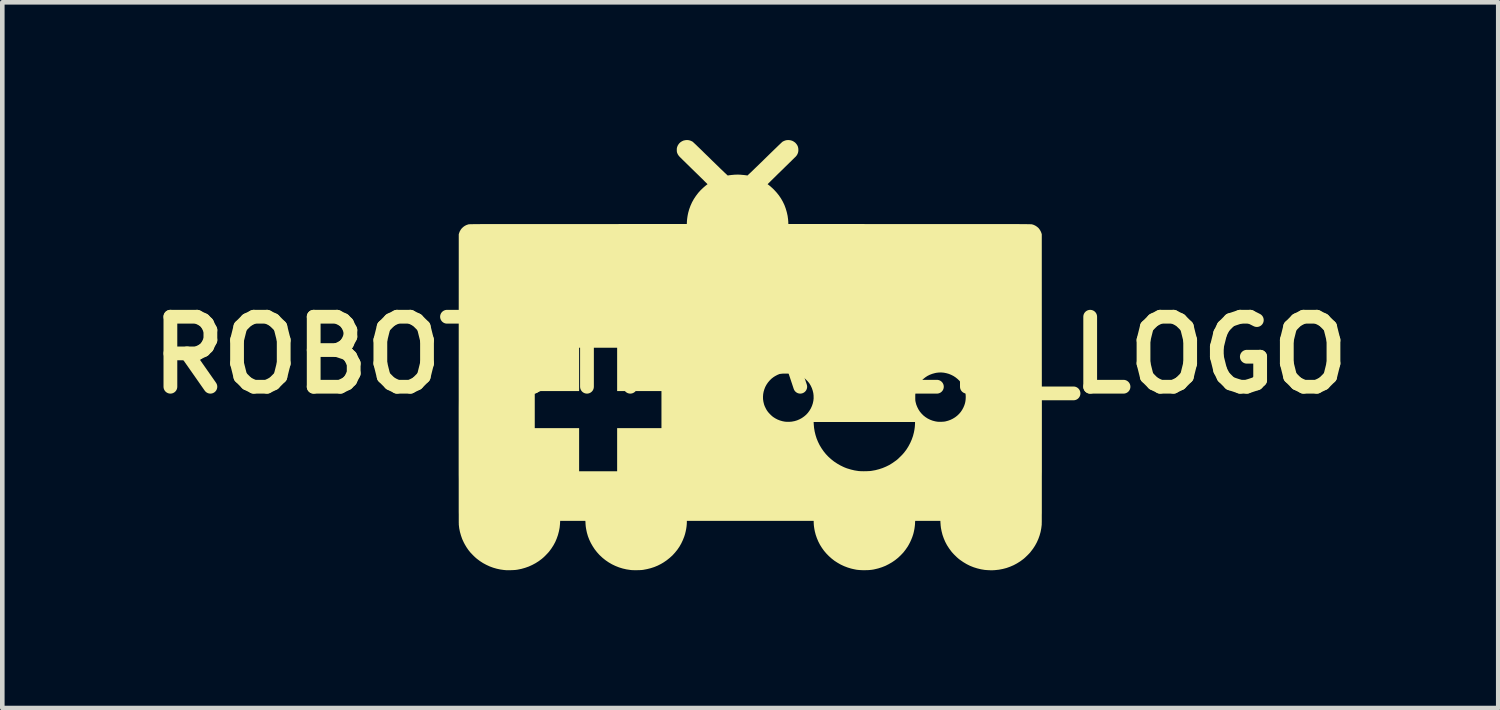
<source format=kicad_pcb>
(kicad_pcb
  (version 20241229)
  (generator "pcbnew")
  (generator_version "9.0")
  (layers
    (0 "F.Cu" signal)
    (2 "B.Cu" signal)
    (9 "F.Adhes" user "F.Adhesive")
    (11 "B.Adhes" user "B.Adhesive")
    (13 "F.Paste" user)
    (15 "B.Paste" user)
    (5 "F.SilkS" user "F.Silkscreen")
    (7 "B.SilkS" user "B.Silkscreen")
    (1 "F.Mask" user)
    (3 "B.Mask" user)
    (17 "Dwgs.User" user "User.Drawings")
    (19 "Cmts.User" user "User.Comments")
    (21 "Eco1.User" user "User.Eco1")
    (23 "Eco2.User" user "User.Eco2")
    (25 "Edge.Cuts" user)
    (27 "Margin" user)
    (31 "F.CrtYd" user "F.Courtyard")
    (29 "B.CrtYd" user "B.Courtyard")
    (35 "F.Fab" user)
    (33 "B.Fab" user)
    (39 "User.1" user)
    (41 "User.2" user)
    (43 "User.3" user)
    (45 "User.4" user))
  (footprint "ROBOTSTREAMER_LOGO"
    (layer "F.Cu")
    (at 13.288 4.682)
    (property "Reference" "ROBOTSTREAMER_LOGO" (at 0 0 0) (layer "F.SilkS") (effects (font (size 1.524 1.524) (thickness 0.3))))
    (attr board_only exclude_from_pos_files exclude_from_bom)
    (fp_poly (pts (xy 0.839 -4.682) (xy 0.877 -4.677) (xy 0.912 -4.667) (xy 0.943 -4.651) (xy 0.973 -4.63) (xy 0.986 -4.618) (xy 1.009 -4.591) (xy 1.026 -4.564) (xy 1.038 -4.536) (xy 1.045 -4.504) (xy 1.047 -4.477) (xy 1.047 -4.449) (xy 1.044 -4.426) (xy 1.039 -4.404) (xy 1.03 -4.382) (xy 1.025 -4.371) (xy 1.016 -4.356) (xy 1.006 -4.341) (xy 0.995 -4.328) (xy 0.994 -4.327) (xy 0.99 -4.322) (xy 0.981 -4.313) (xy 0.968 -4.301) (xy 0.952 -4.285) (xy 0.932 -4.265) (xy 0.909 -4.243) (xy 0.884 -4.217) (xy 0.855 -4.19) (xy 0.825 -4.16) (xy 0.792 -4.128) (xy 0.758 -4.095) (xy 0.723 -4.06) (xy 0.686 -4.024) (xy 0.677 -4.016) (xy 0.641 -3.98) (xy 0.605 -3.946) (xy 0.572 -3.913) (xy 0.54 -3.881) (xy 0.51 -3.852) (xy 0.483 -3.825) (xy 0.458 -3.801) (xy 0.436 -3.779) (xy 0.417 -3.76) (xy 0.401 -3.745) (xy 0.39 -3.733) (xy 0.382 -3.725) (xy 0.378 -3.721) (xy 0.378 -3.721) (xy 0.38 -3.718) (xy 0.382 -3.717) (xy 0.388 -3.713) (xy 0.398 -3.706) (xy 0.411 -3.696) (xy 0.427 -3.683) (xy 0.444 -3.669) (xy 0.461 -3.653) (xy 0.479 -3.638) (xy 0.495 -3.622) (xy 0.51 -3.608) (xy 0.514 -3.604) (xy 0.571 -3.542) (xy 0.623 -3.478) (xy 0.669 -3.41) (xy 0.709 -3.34) (xy 0.744 -3.267) (xy 0.772 -3.191) (xy 0.795 -3.113) (xy 0.813 -3.033) (xy 0.824 -2.951) (xy 0.825 -2.932) (xy 0.827 -2.915) (xy 0.828 -2.898) (xy 0.828 -2.883) (xy 0.829 -2.873) (xy 0.829 -2.854) (xy 3.469 -2.853) (xy 3.625 -2.853) (xy 3.774 -2.853) (xy 3.918 -2.853) (xy 4.055 -2.853) (xy 4.187 -2.853) (xy 4.312 -2.853) (xy 4.433 -2.853) (xy 4.547 -2.853) (xy 4.657 -2.853) (xy 4.761 -2.853) (xy 4.86 -2.853) (xy 4.954 -2.853) (xy 5.044 -2.853) (xy 5.128 -2.853) (xy 5.209 -2.853) (xy 5.284 -2.853) (xy 5.356 -2.853) (xy 5.423 -2.852) (xy 5.486 -2.852) (xy 5.545 -2.852) (xy 5.601 -2.852) (xy 5.653 -2.852) (xy 5.701 -2.852) (xy 5.746 -2.852) (xy 5.788 -2.852) (xy 5.826 -2.852) (xy 5.861 -2.852) (xy 5.894 -2.851) (xy 5.924 -2.851) (xy 5.951 -2.851) (xy 5.975 -2.851) (xy 5.998 -2.851) (xy 6.018 -2.851) (xy 6.036 -2.85) (xy 6.051 -2.85) (xy 6.065 -2.85) (xy 6.078 -2.85) (xy 6.088 -2.85) (xy 6.098 -2.849) (xy 6.105 -2.849) (xy 6.112 -2.849) (xy 6.117 -2.849) (xy 6.122 -2.848) (xy 6.126 -2.848) (xy 6.128 -2.848) (xy 6.131 -2.847) (xy 6.133 -2.847) (xy 6.134 -2.847) (xy 6.175 -2.834) (xy 6.213 -2.815) (xy 6.247 -2.792) (xy 6.278 -2.765) (xy 6.303 -2.732) (xy 6.324 -2.696) (xy 6.34 -2.657) (xy 6.341 -2.654) (xy 6.348 -2.63) (xy 6.349 0.508) (xy 6.349 0.692) (xy 6.349 0.87) (xy 6.35 1.041) (xy 6.35 1.207) (xy 6.35 1.366) (xy 6.35 1.519) (xy 6.35 1.667) (xy 6.35 1.808) (xy 6.35 1.944) (xy 6.35 2.074) (xy 6.35 2.199) (xy 6.35 2.318) (xy 6.35 2.431) (xy 6.35 2.539) (xy 6.349 2.642) (xy 6.349 2.739) (xy 6.349 2.831) (xy 6.349 2.918) (xy 6.349 3) (xy 6.349 3.077) (xy 6.349 3.149) (xy 6.349 3.217) (xy 6.349 3.279) (xy 6.349 3.337) (xy 6.349 3.39) (xy 6.349 3.439) (xy 6.348 3.483) (xy 6.348 3.523) (xy 6.348 3.558) (xy 6.348 3.589) (xy 6.348 3.616) (xy 6.348 3.639) (xy 6.347 3.657) (xy 6.347 3.672) (xy 6.347 3.683) (xy 6.347 3.69) (xy 6.347 3.693) (xy 6.337 3.773) (xy 6.322 3.852) (xy 6.3 3.93) (xy 6.273 4.005) (xy 6.24 4.079) (xy 6.201 4.15) (xy 6.156 4.219) (xy 6.106 4.284) (xy 6.093 4.301) (xy 6.076 4.319) (xy 6.056 4.34) (xy 6.033 4.363) (xy 6.01 4.385) (xy 5.987 4.407) (xy 5.966 4.426) (xy 5.948 4.441) (xy 5.948 4.441) (xy 5.879 4.492) (xy 5.807 4.537) (xy 5.734 4.576) (xy 5.657 4.609) (xy 5.579 4.637) (xy 5.498 4.658) (xy 5.414 4.674) (xy 5.329 4.683) (xy 5.302 4.685) (xy 5.27 4.686) (xy 5.236 4.686) (xy 5.202 4.685) (xy 5.168 4.683) (xy 5.137 4.681) (xy 5.11 4.679) (xy 5.109 4.679) (xy 5.024 4.665) (xy 4.942 4.645) (xy 4.862 4.62) (xy 4.785 4.589) (xy 4.711 4.552) (xy 4.639 4.509) (xy 4.568 4.46) (xy 4.538 4.437) (xy 4.521 4.422) (xy 4.5 4.404) (xy 4.478 4.382) (xy 4.455 4.36) (xy 4.432 4.337) (xy 4.411 4.314) (xy 4.393 4.294) (xy 4.378 4.276) (xy 4.378 4.276) (xy 4.328 4.208) (xy 4.283 4.138) (xy 4.245 4.066) (xy 4.213 3.991) (xy 4.186 3.914) (xy 4.166 3.835) (xy 4.151 3.758) (xy 4.15 3.743) (xy 4.147 3.723) (xy 4.145 3.702) (xy 4.144 3.68) (xy 4.142 3.659) (xy 4.141 3.64) (xy 4.14 3.625) (xy 4.14 3.622) (xy 4.14 3.61) (xy 3.592 3.61) (xy 3.59 3.627) (xy 3.589 3.639) (xy 3.588 3.654) (xy 3.588 3.664) (xy 3.587 3.688) (xy 3.584 3.717) (xy 3.58 3.749) (xy 3.575 3.784) (xy 3.568 3.819) (xy 3.561 3.853) (xy 3.553 3.885) (xy 3.549 3.9) (xy 3.53 3.958) (xy 3.507 4.016) (xy 3.481 4.074) (xy 3.452 4.129) (xy 3.429 4.169) (xy 3.383 4.236) (xy 3.333 4.3) (xy 3.277 4.359) (xy 3.218 4.415) (xy 3.154 4.466) (xy 3.087 4.512) (xy 3.016 4.553) (xy 2.943 4.59) (xy 2.867 4.62) (xy 2.789 4.645) (xy 2.765 4.651) (xy 2.723 4.661) (xy 2.683 4.67) (xy 2.644 4.676) (xy 2.606 4.68) (xy 2.565 4.683) (xy 2.521 4.684) (xy 2.481 4.685) (xy 2.435 4.684) (xy 2.393 4.682) (xy 2.354 4.679) (xy 2.317 4.675) (xy 2.28 4.668) (xy 2.242 4.66) (xy 2.2 4.65) (xy 2.199 4.65) (xy 2.12 4.626) (xy 2.044 4.597) (xy 1.971 4.563) (xy 1.901 4.523) (xy 1.834 4.48) (xy 1.771 4.431) (xy 1.712 4.378) (xy 1.657 4.322) (xy 1.606 4.262) (xy 1.56 4.198) (xy 1.518 4.131) (xy 1.482 4.061) (xy 1.451 3.988) (xy 1.425 3.913) (xy 1.405 3.836) (xy 1.396 3.788) (xy 1.389 3.743) (xy 1.384 3.701) (xy 1.382 3.663) (xy 1.381 3.639) (xy 1.381 3.61) (xy -1.381 3.61) (xy -1.381 3.639) (xy -1.383 3.686) (xy -1.388 3.737) (xy -1.396 3.789) (xy -1.407 3.843) (xy -1.42 3.896) (xy -1.436 3.947) (xy -1.438 3.953) (xy -1.468 4.029) (xy -1.503 4.103) (xy -1.543 4.173) (xy -1.589 4.24) (xy -1.64 4.303) (xy -1.695 4.363) (xy -1.756 4.418) (xy -1.82 4.469) (xy -1.889 4.516) (xy -1.945 4.549) (xy -2.016 4.585) (xy -2.091 4.616) (xy -2.168 4.641) (xy -2.248 4.661) (xy -2.332 4.677) (xy -2.348 4.679) (xy -2.367 4.681) (xy -2.391 4.682) (xy -2.419 4.684) (xy -2.449 4.684) (xy -2.481 4.685) (xy -2.512 4.685) (xy -2.542 4.684) (xy -2.569 4.683) (xy -2.593 4.682) (xy -2.608 4.68) (xy -2.695 4.667) (xy -2.778 4.648) (xy -2.859 4.623) (xy -2.937 4.592) (xy -3.012 4.556) (xy -3.084 4.514) (xy -3.153 4.467) (xy -3.219 4.414) (xy -3.225 4.408) (xy -3.284 4.353) (xy -3.338 4.293) (xy -3.388 4.229) (xy -3.432 4.162) (xy -3.472 4.092) (xy -3.506 4.02) (xy -3.535 3.945) (xy -3.557 3.869) (xy -3.557 3.869) (xy -3.564 3.837) (xy -3.571 3.804) (xy -3.577 3.77) (xy -3.582 3.737) (xy -3.585 3.706) (xy -3.587 3.679) (xy -3.588 3.662) (xy -3.588 3.648) (xy -3.589 3.634) (xy -3.59 3.625) (xy -3.592 3.61) (xy -4.14 3.61) (xy -4.14 3.622) (xy -4.141 3.635) (xy -4.142 3.652) (xy -4.143 3.673) (xy -4.145 3.695) (xy -4.147 3.717) (xy -4.149 3.737) (xy -4.151 3.753) (xy -4.151 3.758) (xy -4.167 3.839) (xy -4.188 3.919) (xy -4.215 3.996) (xy -4.247 4.071) (xy -4.286 4.143) (xy -4.331 4.213) (xy -4.377 4.275) (xy -4.392 4.293) (xy -4.41 4.313) (xy -4.432 4.336) (xy -4.454 4.359) (xy -4.477 4.382) (xy -4.499 4.403) (xy -4.52 4.421) (xy -4.537 4.436) (xy -4.605 4.487) (xy -4.676 4.532) (xy -4.749 4.571) (xy -4.824 4.605) (xy -4.903 4.633) (xy -4.984 4.656) (xy -5.068 4.673) (xy -5.11 4.679) (xy -5.122 4.68) (xy -5.138 4.681) (xy -5.159 4.682) (xy -5.182 4.683) (xy -5.206 4.684) (xy -5.231 4.685) (xy -5.255 4.685) (xy -5.277 4.685) (xy -5.296 4.685) (xy -5.311 4.685) (xy -5.321 4.684) (xy -5.321 4.684) (xy -5.329 4.684) (xy -5.341 4.682) (xy -5.356 4.681) (xy -5.367 4.68) (xy -5.445 4.669) (xy -5.523 4.652) (xy -5.599 4.63) (xy -5.675 4.602) (xy -5.748 4.568) (xy -5.819 4.53) (xy -5.887 4.486) (xy -5.951 4.438) (xy -5.957 4.433) (xy -5.976 4.417) (xy -5.998 4.397) (xy -6.021 4.375) (xy -6.044 4.352) (xy -6.065 4.33) (xy -6.084 4.31) (xy -6.093 4.301) (xy -6.138 4.245) (xy -6.178 4.187) (xy -6.214 4.127) (xy -6.239 4.08) (xy -6.273 4.006) (xy -6.3 3.929) (xy -6.322 3.851) (xy -6.338 3.772) (xy -6.347 3.693) (xy -6.347 3.688) (xy -6.347 3.679) (xy -6.347 3.667) (xy -6.348 3.651) (xy -6.348 3.631) (xy -6.348 3.607) (xy -6.348 3.578) (xy -6.348 3.545) (xy -6.348 3.508) (xy -6.348 3.467) (xy -6.349 3.421) (xy -6.349 3.371) (xy -6.349 3.316) (xy -6.349 3.257) (xy -6.349 3.192) (xy -6.349 3.123) (xy -6.349 3.05) (xy -6.349 2.971) (xy -6.349 2.887) (xy -6.349 2.798) (xy -6.349 2.704) (xy -6.35 2.605) (xy -6.35 2.5) (xy -6.35 2.39) (xy -6.35 2.274) (xy -6.35 2.154) (xy -6.35 2.027) (xy -6.35 1.895) (xy -6.35 1.757) (xy -6.35 1.613) (xy -6.35 1.591) (xy -4.693 1.591) (xy -3.727 1.591) (xy -3.727 2.53) (xy -2.899 2.53) (xy -2.899 1.591) (xy -1.934 1.591) (xy -1.934 1.457) (xy 1.38 1.457) (xy 1.382 1.503) (xy 1.389 1.584) (xy 1.402 1.663) (xy 1.421 1.741) (xy 1.445 1.817) (xy 1.475 1.89) (xy 1.51 1.961) (xy 1.551 2.029) (xy 1.596 2.094) (xy 1.646 2.156) (xy 1.701 2.214) (xy 1.761 2.268) (xy 1.824 2.318) (xy 1.892 2.363) (xy 1.963 2.404) (xy 1.972 2.408) (xy 2.002 2.423) (xy 2.029 2.436) (xy 2.054 2.447) (xy 2.079 2.457) (xy 2.106 2.467) (xy 2.122 2.472) (xy 2.196 2.494) (xy 2.273 2.512) (xy 2.35 2.524) (xy 2.363 2.526) (xy 2.384 2.527) (xy 2.41 2.529) (xy 2.439 2.529) (xy 2.471 2.53) (xy 2.504 2.529) (xy 2.536 2.529) (xy 2.568 2.527) (xy 2.597 2.526) (xy 2.621 2.524) (xy 2.641 2.521) (xy 2.642 2.521) (xy 2.726 2.506) (xy 2.806 2.485) (xy 2.882 2.46) (xy 2.956 2.429) (xy 3.027 2.394) (xy 3.095 2.352) (xy 3.162 2.305) (xy 3.188 2.286) (xy 3.206 2.271) (xy 3.227 2.252) (xy 3.249 2.23) (xy 3.273 2.207) (xy 3.296 2.184) (xy 3.318 2.161) (xy 3.337 2.139) (xy 3.353 2.121) (xy 3.354 2.119) (xy 3.403 2.054) (xy 3.446 1.985) (xy 3.484 1.913) (xy 3.516 1.84) (xy 3.543 1.764) (xy 3.563 1.687) (xy 3.573 1.636) (xy 3.577 1.611) (xy 3.581 1.583) (xy 3.584 1.555) (xy 3.586 1.527) (xy 3.587 1.503) (xy 3.588 1.488) (xy 3.588 1.457) (xy 1.38 1.457) (xy -1.934 1.457) (xy -1.934 0.905) (xy 0.277 0.905) (xy 0.278 0.96) (xy 0.286 1.015) (xy 0.299 1.07) (xy 0.305 1.088) (xy 0.315 1.115) (xy 0.329 1.144) (xy 0.344 1.174) (xy 0.36 1.202) (xy 0.374 1.222) (xy 0.389 1.242) (xy 0.407 1.263) (xy 0.428 1.285) (xy 0.45 1.307) (xy 0.471 1.326) (xy 0.49 1.342) (xy 0.495 1.346) (xy 0.541 1.376) (xy 0.592 1.403) (xy 0.645 1.424) (xy 0.7 1.44) (xy 0.747 1.449) (xy 0.769 1.452) (xy 0.795 1.453) (xy 0.823 1.454) (xy 0.852 1.453) (xy 0.879 1.452) (xy 0.902 1.45) (xy 0.907 1.449) (xy 0.965 1.438) (xy 1.021 1.421) (xy 1.074 1.398) (xy 1.124 1.371) (xy 1.171 1.338) (xy 1.215 1.301) (xy 1.254 1.259) (xy 1.288 1.213) (xy 1.318 1.163) (xy 1.32 1.159) (xy 1.344 1.106) (xy 1.362 1.052) (xy 1.374 0.997) (xy 1.38 0.941) (xy 1.379 0.916) (xy 3.593 0.916) (xy 3.593 0.941) (xy 3.593 0.96) (xy 3.594 0.976) (xy 3.594 0.989) (xy 3.596 1) (xy 3.598 1.011) (xy 3.6 1.022) (xy 3.615 1.079) (xy 3.637 1.133) (xy 3.663 1.184) (xy 3.694 1.232) (xy 3.73 1.275) (xy 3.77 1.315) (xy 3.814 1.35) (xy 3.862 1.381) (xy 3.914 1.407) (xy 3.969 1.428) (xy 4.027 1.443) (xy 4.06 1.449) (xy 4.08 1.452) (xy 4.104 1.453) (xy 4.131 1.453) (xy 4.16 1.453) (xy 4.188 1.452) (xy 4.215 1.45) (xy 4.238 1.447) (xy 4.249 1.445) (xy 4.306 1.43) (xy 4.361 1.41) (xy 4.412 1.385) (xy 4.461 1.355) (xy 4.505 1.321) (xy 4.546 1.282) (xy 4.583 1.239) (xy 4.614 1.193) (xy 4.641 1.143) (xy 4.663 1.091) (xy 4.677 1.046) (xy 4.685 1.007) (xy 4.69 0.967) (xy 4.692 0.926) (xy 4.692 0.894) (xy 4.689 0.854) (xy 4.683 0.817) (xy 4.675 0.78) (xy 4.665 0.749) (xy 4.644 0.696) (xy 4.619 0.647) (xy 4.588 0.601) (xy 4.553 0.558) (xy 4.513 0.52) (xy 4.471 0.486) (xy 4.425 0.456) (xy 4.376 0.431) (xy 4.325 0.41) (xy 4.272 0.395) (xy 4.217 0.384) (xy 4.161 0.379) (xy 4.104 0.38) (xy 4.047 0.387) (xy 4.02 0.393) (xy 3.962 0.409) (xy 3.907 0.43) (xy 3.856 0.456) (xy 3.808 0.488) (xy 3.764 0.524) (xy 3.725 0.564) (xy 3.689 0.609) (xy 3.659 0.657) (xy 3.633 0.709) (xy 3.613 0.764) (xy 3.6 0.812) (xy 3.598 0.823) (xy 3.596 0.833) (xy 3.594 0.845) (xy 3.594 0.858) (xy 3.593 0.874) (xy 3.593 0.894) (xy 3.593 0.916) (xy 1.379 0.916) (xy 1.379 0.885) (xy 1.373 0.83) (xy 1.36 0.775) (xy 1.342 0.721) (xy 1.318 0.669) (xy 1.289 0.62) (xy 1.27 0.595) (xy 1.247 0.568) (xy 1.221 0.541) (xy 1.194 0.515) (xy 1.167 0.493) (xy 1.145 0.477) (xy 1.093 0.446) (xy 1.039 0.421) (xy 0.984 0.402) (xy 0.928 0.388) (xy 0.871 0.381) (xy 0.814 0.379) (xy 0.757 0.383) (xy 0.701 0.393) (xy 0.646 0.409) (xy 0.592 0.431) (xy 0.541 0.458) (xy 0.505 0.481) (xy 0.46 0.516) (xy 0.42 0.556) (xy 0.384 0.599) (xy 0.353 0.645) (xy 0.327 0.693) (xy 0.307 0.744) (xy 0.291 0.797) (xy 0.281 0.85) (xy 0.277 0.905) (xy -1.934 0.905) (xy -1.934 0.784) (xy -2.899 0.784) (xy -2.899 -0.159) (xy -3.727 -0.159) (xy -3.727 0.784) (xy -4.693 0.784) (xy -4.693 1.591) (xy -6.35 1.591) (xy -6.35 1.464) (xy -6.35 1.308) (xy -6.35 1.146) (xy -6.349 0.979) (xy -6.349 0.805) (xy -6.349 0.625) (xy -6.349 0.508) (xy -6.348 -2.63) (xy -6.341 -2.654) (xy -6.326 -2.694) (xy -6.305 -2.73) (xy -6.28 -2.762) (xy -6.25 -2.79) (xy -6.216 -2.814) (xy -6.178 -2.833) (xy -6.137 -2.846) (xy -6.134 -2.847) (xy -6.132 -2.847) (xy -6.13 -2.848) (xy -6.128 -2.848) (xy -6.125 -2.848) (xy -6.121 -2.848) (xy -6.116 -2.849) (xy -6.111 -2.849) (xy -6.104 -2.849) (xy -6.095 -2.85) (xy -6.086 -2.85) (xy -6.075 -2.85) (xy -6.062 -2.85) (xy -6.047 -2.85) (xy -6.03 -2.851) (xy -6.011 -2.851) (xy -5.99 -2.851) (xy -5.967 -2.851) (xy -5.941 -2.851) (xy -5.912 -2.851) (xy -5.881 -2.852) (xy -5.846 -2.852) (xy -5.809 -2.852) (xy -5.768 -2.852) (xy -5.724 -2.852) (xy -5.677 -2.852) (xy -5.626 -2.852) (xy -5.571 -2.852) (xy -5.513 -2.852) (xy -5.45 -2.853) (xy -5.383 -2.853) (xy -5.312 -2.853) (xy -5.237 -2.853) (xy -5.157 -2.853) (xy -5.072 -2.853) (xy -4.983 -2.853) (xy -4.889 -2.853) (xy -4.789 -2.853) (xy -4.684 -2.853) (xy -4.574 -2.853) (xy -4.459 -2.853) (xy -4.338 -2.853) (xy -4.211 -2.853) (xy -4.078 -2.853) (xy -3.939 -2.853) (xy -3.794 -2.853) (xy -3.746 -2.853) (xy -1.382 -2.854) (xy -1.38 -2.896) (xy -1.377 -2.943) (xy -1.372 -2.985) (xy -1.366 -3.026) (xy -1.358 -3.068) (xy -1.351 -3.1) (xy -1.329 -3.178) (xy -1.301 -3.254) (xy -1.268 -3.327) (xy -1.229 -3.397) (xy -1.184 -3.465) (xy -1.135 -3.53) (xy -1.08 -3.591) (xy -1.02 -3.648) (xy -0.972 -3.689) (xy -0.959 -3.699) (xy -0.948 -3.708) (xy -0.939 -3.714) (xy -0.934 -3.718) (xy -0.933 -3.718) (xy -0.93 -3.72) (xy -0.93 -3.721) (xy -0.933 -3.723) (xy -0.939 -3.73) (xy -0.95 -3.741) (xy -0.964 -3.755) (xy -0.982 -3.772) (xy -1.003 -3.793) (xy -1.026 -3.817) (xy -1.053 -3.843) (xy -1.082 -3.871) (xy -1.113 -3.902) (xy -1.146 -3.934) (xy -1.181 -3.968) (xy -1.217 -4.003) (xy -1.223 -4.009) (xy -1.26 -4.045) (xy -1.296 -4.08) (xy -1.33 -4.114) (xy -1.363 -4.146) (xy -1.394 -4.176) (xy -1.423 -4.205) (xy -1.45 -4.231) (xy -1.474 -4.254) (xy -1.494 -4.275) (xy -1.512 -4.292) (xy -1.526 -4.306) (xy -1.536 -4.316) (xy -1.541 -4.322) (xy -1.542 -4.322) (xy -1.564 -4.349) (xy -1.581 -4.377) (xy -1.593 -4.406) (xy -1.596 -4.416) (xy -1.599 -4.435) (xy -1.6 -4.457) (xy -1.6 -4.48) (xy -1.599 -4.502) (xy -1.595 -4.52) (xy -1.583 -4.555) (xy -1.565 -4.586) (xy -1.543 -4.614) (xy -1.517 -4.637) (xy -1.487 -4.656) (xy -1.454 -4.671) (xy -1.418 -4.679) (xy -1.392 -4.682) (xy -1.361 -4.682) (xy -1.333 -4.678) (xy -1.305 -4.67) (xy -1.28 -4.659) (xy -1.277 -4.657) (xy -1.273 -4.656) (xy -1.271 -4.655) (xy -1.268 -4.654) (xy -1.265 -4.652) (xy -1.262 -4.65) (xy -1.259 -4.648) (xy -1.254 -4.645) (xy -1.249 -4.641) (xy -1.243 -4.635) (xy -1.236 -4.629) (xy -1.226 -4.62) (xy -1.216 -4.61) (xy -1.203 -4.598) (xy -1.188 -4.584) (xy -1.171 -4.568) (xy -1.152 -4.549) (xy -1.129 -4.527) (xy -1.104 -4.503) (xy -1.075 -4.475) (xy -1.043 -4.444) (xy -1.008 -4.409) (xy -0.969 -4.371) (xy -0.925 -4.329) (xy -0.878 -4.283) (xy -0.839 -4.244) (xy -0.786 -4.193) (xy -0.737 -4.145) (xy -0.693 -4.103) (xy -0.654 -4.064) (xy -0.618 -4.03) (xy -0.587 -4.001) (xy -0.561 -3.975) (xy -0.538 -3.954) (xy -0.52 -3.937) (xy -0.506 -3.924) (xy -0.496 -3.915) (xy -0.491 -3.911) (xy -0.489 -3.91) (xy -0.481 -3.912) (xy -0.467 -3.914) (xy -0.449 -3.917) (xy -0.428 -3.919) (xy -0.406 -3.922) (xy -0.383 -3.924) (xy -0.36 -3.926) (xy -0.34 -3.928) (xy -0.336 -3.928) (xy -0.304 -3.929) (xy -0.275 -3.93) (xy -0.246 -3.929) (xy -0.217 -3.928) (xy -0.197 -3.926) (xy -0.174 -3.924) (xy -0.152 -3.922) (xy -0.129 -3.92) (xy -0.108 -3.917) (xy -0.089 -3.915) (xy -0.074 -3.912) (xy -0.065 -3.91) (xy -0.063 -3.91) (xy -0.06 -3.912) (xy -0.053 -3.918) (xy -0.041 -3.929) (xy -0.025 -3.944) (xy -0.004 -3.964) (xy 0.021 -3.987) (xy 0.051 -4.016) (xy 0.085 -4.049) (xy 0.123 -4.086) (xy 0.166 -4.127) (xy 0.214 -4.174) (xy 0.266 -4.224) (xy 0.291 -4.249) (xy 0.341 -4.298) (xy 0.387 -4.343) (xy 0.429 -4.384) (xy 0.467 -4.421) (xy 0.501 -4.454) (xy 0.532 -4.484) (xy 0.56 -4.511) (xy 0.584 -4.534) (xy 0.605 -4.555) (xy 0.624 -4.573) (xy 0.641 -4.589) (xy 0.655 -4.602) (xy 0.667 -4.614) (xy 0.677 -4.623) (xy 0.685 -4.631) (xy 0.692 -4.637) (xy 0.698 -4.642) (xy 0.703 -4.646) (xy 0.707 -4.649) (xy 0.711 -4.651) (xy 0.714 -4.653) (xy 0.717 -4.654) (xy 0.72 -4.655) (xy 0.723 -4.657) (xy 0.727 -4.659) (xy 0.728 -4.659) (xy 0.758 -4.672) (xy 0.786 -4.679) (xy 0.815 -4.682)) (stroke (width 0) (type solid)) (fill yes) (layer "F.SilkS")))
  (gr_rect
    (start -3 -3)
    (end 29.576 12.368)
    (stroke (width 0.1) (type default))
    (fill no)
    (layer "Edge.Cuts")))
</source>
